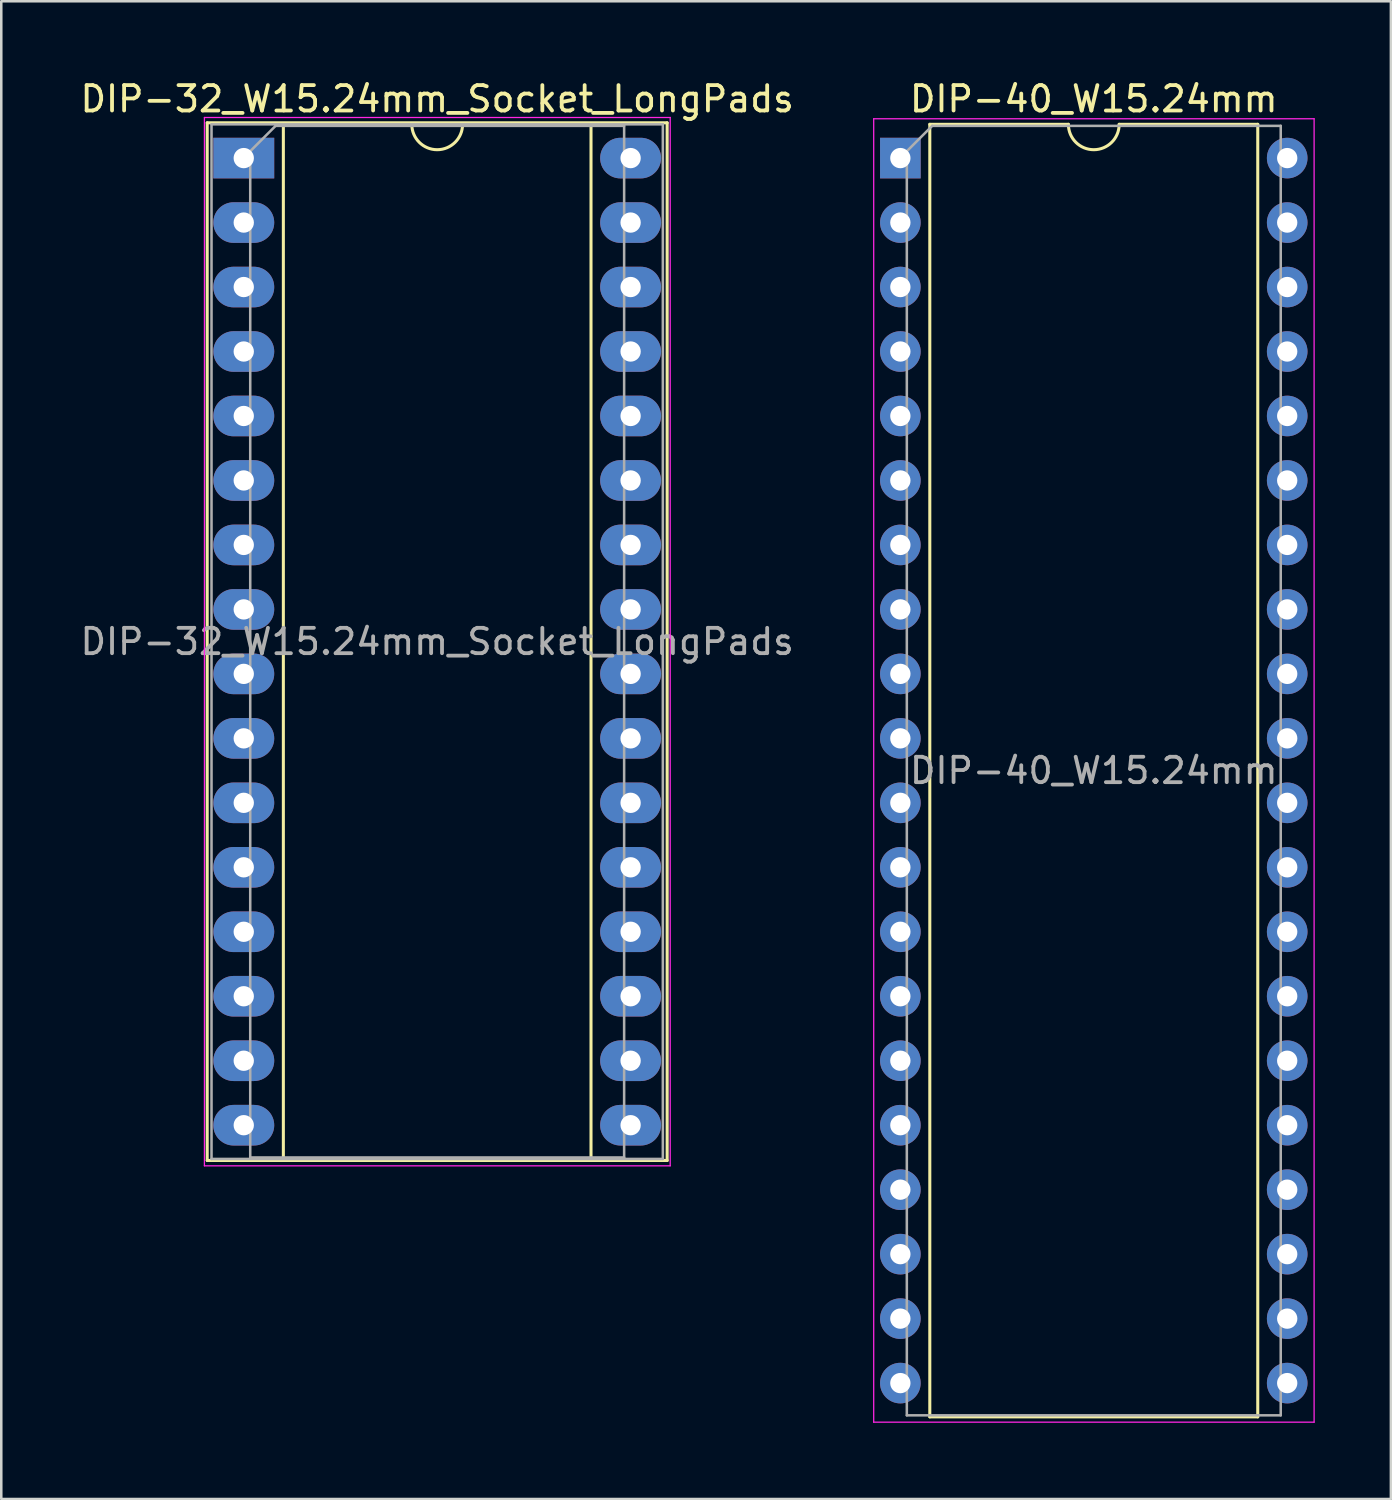
<source format=kicad_pcb>
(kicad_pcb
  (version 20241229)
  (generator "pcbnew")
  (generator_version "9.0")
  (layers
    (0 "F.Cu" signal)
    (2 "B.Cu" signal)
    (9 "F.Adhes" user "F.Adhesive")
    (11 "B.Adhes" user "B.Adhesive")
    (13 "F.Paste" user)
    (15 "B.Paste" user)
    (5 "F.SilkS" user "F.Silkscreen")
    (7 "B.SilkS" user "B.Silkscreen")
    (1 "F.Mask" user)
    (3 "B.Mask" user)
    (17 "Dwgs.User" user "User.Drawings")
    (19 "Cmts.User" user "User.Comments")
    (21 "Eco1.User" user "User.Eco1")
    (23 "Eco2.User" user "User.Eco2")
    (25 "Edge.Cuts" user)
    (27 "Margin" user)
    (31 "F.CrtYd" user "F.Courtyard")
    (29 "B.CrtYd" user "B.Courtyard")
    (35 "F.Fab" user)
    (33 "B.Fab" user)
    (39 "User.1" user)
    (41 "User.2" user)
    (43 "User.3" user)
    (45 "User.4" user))
  (footprint "DIP-40_W15.24mm"
    (layer "F.Cu")
    (at 32.42 3.178)
    (property "Reference" "DIP-40_W15.24mm" (at 7.62 -2.33 0) (layer "F.SilkS") (effects (font (size 1 1) (thickness 0.15))))
    (attr through_hole)
    (fp_line (start 1.16 -1.33) (end 1.16 49.59) (stroke (width 0.12) (type solid)) (layer "F.SilkS"))
    (fp_line (start 1.16 49.59) (end 14.08 49.59) (stroke (width 0.12) (type solid)) (layer "F.SilkS"))
    (fp_line (start 6.62 -1.33) (end 1.16 -1.33) (stroke (width 0.12) (type solid)) (layer "F.SilkS"))
    (fp_line (start 14.08 -1.33) (end 8.62 -1.33) (stroke (width 0.12) (type solid)) (layer "F.SilkS"))
    (fp_line (start 14.08 49.59) (end 14.08 -1.33) (stroke (width 0.12) (type solid)) (layer "F.SilkS"))
    (fp_arc (start 8.62 -1.33) (mid 7.62 -0.33) (end 6.62 -1.33) (stroke (width 0.12) (type solid)) (layer "F.SilkS"))
    (fp_line (start -1.05 -1.55) (end -1.05 49.8) (stroke (width 0.05) (type solid)) (layer "F.CrtYd"))
    (fp_line (start -1.05 49.8) (end 16.3 49.8) (stroke (width 0.05) (type solid)) (layer "F.CrtYd"))
    (fp_line (start 16.3 -1.55) (end -1.05 -1.55) (stroke (width 0.05) (type solid)) (layer "F.CrtYd"))
    (fp_line (start 16.3 49.8) (end 16.3 -1.55) (stroke (width 0.05) (type solid)) (layer "F.CrtYd"))
    (fp_line (start 0.255 -0.27) (end 1.255 -1.27) (stroke (width 0.1) (type solid)) (layer "F.Fab"))
    (fp_line (start 0.255 49.53) (end 0.255 -0.27) (stroke (width 0.1) (type solid)) (layer "F.Fab"))
    (fp_line (start 1.255 -1.27) (end 14.985 -1.27) (stroke (width 0.1) (type solid)) (layer "F.Fab"))
    (fp_line (start 14.985 -1.27) (end 14.985 49.53) (stroke (width 0.1) (type solid)) (layer "F.Fab"))
    (fp_line (start 14.985 49.53) (end 0.255 49.53) (stroke (width 0.1) (type solid)) (layer "F.Fab"))
    (fp_text user "${REFERENCE}" (at 7.62 24.13 0) (layer "F.Fab") (effects (font (size 1 1) (thickness 0.15))))
    (pad "1" thru_hole rect (at 0 0) (size 1.6 1.6) (drill 0.8) (layers "*.Cu" "*.Mask"))
    (pad "2" thru_hole oval (at 0 2.54) (size 1.6 1.6) (drill 0.8) (layers "*.Cu" "*.Mask"))
    (pad "3" thru_hole oval (at 0 5.08) (size 1.6 1.6) (drill 0.8) (layers "*.Cu" "*.Mask"))
    (pad "4" thru_hole oval (at 0 7.62) (size 1.6 1.6) (drill 0.8) (layers "*.Cu" "*.Mask"))
    (pad "5" thru_hole oval (at 0 10.16) (size 1.6 1.6) (drill 0.8) (layers "*.Cu" "*.Mask"))
    (pad "6" thru_hole oval (at 0 12.7) (size 1.6 1.6) (drill 0.8) (layers "*.Cu" "*.Mask"))
    (pad "7" thru_hole oval (at 0 15.24) (size 1.6 1.6) (drill 0.8) (layers "*.Cu" "*.Mask"))
    (pad "8" thru_hole oval (at 0 17.78) (size 1.6 1.6) (drill 0.8) (layers "*.Cu" "*.Mask"))
    (pad "9" thru_hole oval (at 0 20.32) (size 1.6 1.6) (drill 0.8) (layers "*.Cu" "*.Mask"))
    (pad "10" thru_hole oval (at 0 22.86) (size 1.6 1.6) (drill 0.8) (layers "*.Cu" "*.Mask"))
    (pad "11" thru_hole oval (at 0 25.4) (size 1.6 1.6) (drill 0.8) (layers "*.Cu" "*.Mask"))
    (pad "12" thru_hole oval (at 0 27.94) (size 1.6 1.6) (drill 0.8) (layers "*.Cu" "*.Mask"))
    (pad "13" thru_hole oval (at 0 30.48) (size 1.6 1.6) (drill 0.8) (layers "*.Cu" "*.Mask"))
    (pad "14" thru_hole oval (at 0 33.02) (size 1.6 1.6) (drill 0.8) (layers "*.Cu" "*.Mask"))
    (pad "15" thru_hole oval (at 0 35.56) (size 1.6 1.6) (drill 0.8) (layers "*.Cu" "*.Mask"))
    (pad "16" thru_hole oval (at 0 38.1) (size 1.6 1.6) (drill 0.8) (layers "*.Cu" "*.Mask"))
    (pad "17" thru_hole oval (at 0 40.64) (size 1.6 1.6) (drill 0.8) (layers "*.Cu" "*.Mask"))
    (pad "18" thru_hole oval (at 0 43.18) (size 1.6 1.6) (drill 0.8) (layers "*.Cu" "*.Mask"))
    (pad "19" thru_hole oval (at 0 45.72) (size 1.6 1.6) (drill 0.8) (layers "*.Cu" "*.Mask"))
    (pad "20" thru_hole oval (at 0 48.26) (size 1.6 1.6) (drill 0.8) (layers "*.Cu" "*.Mask"))
    (pad "21" thru_hole oval (at 15.24 48.26) (size 1.6 1.6) (drill 0.8) (layers "*.Cu" "*.Mask"))
    (pad "22" thru_hole oval (at 15.24 45.72) (size 1.6 1.6) (drill 0.8) (layers "*.Cu" "*.Mask"))
    (pad "23" thru_hole oval (at 15.24 43.18) (size 1.6 1.6) (drill 0.8) (layers "*.Cu" "*.Mask"))
    (pad "24" thru_hole oval (at 15.24 40.64) (size 1.6 1.6) (drill 0.8) (layers "*.Cu" "*.Mask"))
    (pad "25" thru_hole oval (at 15.24 38.1) (size 1.6 1.6) (drill 0.8) (layers "*.Cu" "*.Mask"))
    (pad "26" thru_hole oval (at 15.24 35.56) (size 1.6 1.6) (drill 0.8) (layers "*.Cu" "*.Mask"))
    (pad "27" thru_hole oval (at 15.24 33.02) (size 1.6 1.6) (drill 0.8) (layers "*.Cu" "*.Mask"))
    (pad "28" thru_hole oval (at 15.24 30.48) (size 1.6 1.6) (drill 0.8) (layers "*.Cu" "*.Mask"))
    (pad "29" thru_hole oval (at 15.24 27.94) (size 1.6 1.6) (drill 0.8) (layers "*.Cu" "*.Mask"))
    (pad "30" thru_hole oval (at 15.24 25.4) (size 1.6 1.6) (drill 0.8) (layers "*.Cu" "*.Mask"))
    (pad "31" thru_hole oval (at 15.24 22.86) (size 1.6 1.6) (drill 0.8) (layers "*.Cu" "*.Mask"))
    (pad "32" thru_hole oval (at 15.24 20.32) (size 1.6 1.6) (drill 0.8) (layers "*.Cu" "*.Mask"))
    (pad "33" thru_hole oval (at 15.24 17.78) (size 1.6 1.6) (drill 0.8) (layers "*.Cu" "*.Mask"))
    (pad "34" thru_hole oval (at 15.24 15.24) (size 1.6 1.6) (drill 0.8) (layers "*.Cu" "*.Mask"))
    (pad "35" thru_hole oval (at 15.24 12.7) (size 1.6 1.6) (drill 0.8) (layers "*.Cu" "*.Mask"))
    (pad "36" thru_hole oval (at 15.24 10.16) (size 1.6 1.6) (drill 0.8) (layers "*.Cu" "*.Mask"))
    (pad "37" thru_hole oval (at 15.24 7.62) (size 1.6 1.6) (drill 0.8) (layers "*.Cu" "*.Mask"))
    (pad "38" thru_hole oval (at 15.24 5.08) (size 1.6 1.6) (drill 0.8) (layers "*.Cu" "*.Mask"))
    (pad "39" thru_hole oval (at 15.24 2.54) (size 1.6 1.6) (drill 0.8) (layers "*.Cu" "*.Mask"))
    (pad "40" thru_hole oval (at 15.24 0) (size 1.6 1.6) (drill 0.8) (layers "*.Cu" "*.Mask")))
  (footprint "DIP-32_W15.24mm_Socket_LongPads"
    (layer "F.Cu")
    (at 6.553 3.178)
    (property "Reference" "DIP-32_W15.24mm_Socket_LongPads" (at 7.62 -2.33 0) (layer "F.SilkS") (effects (font (size 1 1) (thickness 0.15))))
    (attr through_hole)
    (fp_line (start -1.44 -1.39) (end -1.44 39.49) (stroke (width 0.12) (type solid)) (layer "F.SilkS"))
    (fp_line (start -1.44 39.49) (end 16.68 39.49) (stroke (width 0.12) (type solid)) (layer "F.SilkS"))
    (fp_line (start 1.56 -1.33) (end 1.56 39.43) (stroke (width 0.12) (type solid)) (layer "F.SilkS"))
    (fp_line (start 1.56 39.43) (end 13.68 39.43) (stroke (width 0.12) (type solid)) (layer "F.SilkS"))
    (fp_line (start 6.62 -1.33) (end 1.56 -1.33) (stroke (width 0.12) (type solid)) (layer "F.SilkS"))
    (fp_line (start 13.68 -1.33) (end 8.62 -1.33) (stroke (width 0.12) (type solid)) (layer "F.SilkS"))
    (fp_line (start 13.68 39.43) (end 13.68 -1.33) (stroke (width 0.12) (type solid)) (layer "F.SilkS"))
    (fp_line (start 16.68 -1.39) (end -1.44 -1.39) (stroke (width 0.12) (type solid)) (layer "F.SilkS"))
    (fp_line (start 16.68 39.49) (end 16.68 -1.39) (stroke (width 0.12) (type solid)) (layer "F.SilkS"))
    (fp_arc (start 8.62 -1.33) (mid 7.62 -0.33) (end 6.62 -1.33) (stroke (width 0.12) (type solid)) (layer "F.SilkS"))
    (fp_line (start -1.55 -1.6) (end -1.55 39.7) (stroke (width 0.05) (type solid)) (layer "F.CrtYd"))
    (fp_line (start -1.55 39.7) (end 16.8 39.7) (stroke (width 0.05) (type solid)) (layer "F.CrtYd"))
    (fp_line (start 16.8 -1.6) (end -1.55 -1.6) (stroke (width 0.05) (type solid)) (layer "F.CrtYd"))
    (fp_line (start 16.8 39.7) (end 16.8 -1.6) (stroke (width 0.05) (type solid)) (layer "F.CrtYd"))
    (fp_line (start -1.27 -1.33) (end -1.27 39.43) (stroke (width 0.1) (type solid)) (layer "F.Fab"))
    (fp_line (start -1.27 39.43) (end 16.51 39.43) (stroke (width 0.1) (type solid)) (layer "F.Fab"))
    (fp_line (start 0.255 -0.27) (end 1.255 -1.27) (stroke (width 0.1) (type solid)) (layer "F.Fab"))
    (fp_line (start 0.255 39.37) (end 0.255 -0.27) (stroke (width 0.1) (type solid)) (layer "F.Fab"))
    (fp_line (start 1.255 -1.27) (end 14.985 -1.27) (stroke (width 0.1) (type solid)) (layer "F.Fab"))
    (fp_line (start 14.985 -1.27) (end 14.985 39.37) (stroke (width 0.1) (type solid)) (layer "F.Fab"))
    (fp_line (start 14.985 39.37) (end 0.255 39.37) (stroke (width 0.1) (type solid)) (layer "F.Fab"))
    (fp_line (start 16.51 -1.33) (end -1.27 -1.33) (stroke (width 0.1) (type solid)) (layer "F.Fab"))
    (fp_line (start 16.51 39.43) (end 16.51 -1.33) (stroke (width 0.1) (type solid)) (layer "F.Fab"))
    (fp_text user "${REFERENCE}" (at 7.62 19.05 0) (layer "F.Fab") (effects (font (size 1 1) (thickness 0.15))))
    (pad "1" thru_hole rect (at 0 0) (size 2.4 1.6) (drill 0.8) (layers "*.Cu" "*.Mask"))
    (pad "2" thru_hole oval (at 0 2.54) (size 2.4 1.6) (drill 0.8) (layers "*.Cu" "*.Mask"))
    (pad "3" thru_hole oval (at 0 5.08) (size 2.4 1.6) (drill 0.8) (layers "*.Cu" "*.Mask"))
    (pad "4" thru_hole oval (at 0 7.62) (size 2.4 1.6) (drill 0.8) (layers "*.Cu" "*.Mask"))
    (pad "5" thru_hole oval (at 0 10.16) (size 2.4 1.6) (drill 0.8) (layers "*.Cu" "*.Mask"))
    (pad "6" thru_hole oval (at 0 12.7) (size 2.4 1.6) (drill 0.8) (layers "*.Cu" "*.Mask"))
    (pad "7" thru_hole oval (at 0 15.24) (size 2.4 1.6) (drill 0.8) (layers "*.Cu" "*.Mask"))
    (pad "8" thru_hole oval (at 0 17.78) (size 2.4 1.6) (drill 0.8) (layers "*.Cu" "*.Mask"))
    (pad "9" thru_hole oval (at 0 20.32) (size 2.4 1.6) (drill 0.8) (layers "*.Cu" "*.Mask"))
    (pad "10" thru_hole oval (at 0 22.86) (size 2.4 1.6) (drill 0.8) (layers "*.Cu" "*.Mask"))
    (pad "11" thru_hole oval (at 0 25.4) (size 2.4 1.6) (drill 0.8) (layers "*.Cu" "*.Mask"))
    (pad "12" thru_hole oval (at 0 27.94) (size 2.4 1.6) (drill 0.8) (layers "*.Cu" "*.Mask"))
    (pad "13" thru_hole oval (at 0 30.48) (size 2.4 1.6) (drill 0.8) (layers "*.Cu" "*.Mask"))
    (pad "14" thru_hole oval (at 0 33.02) (size 2.4 1.6) (drill 0.8) (layers "*.Cu" "*.Mask"))
    (pad "15" thru_hole oval (at 0 35.56) (size 2.4 1.6) (drill 0.8) (layers "*.Cu" "*.Mask"))
    (pad "16" thru_hole oval (at 0 38.1) (size 2.4 1.6) (drill 0.8) (layers "*.Cu" "*.Mask"))
    (pad "17" thru_hole oval (at 15.24 38.1) (size 2.4 1.6) (drill 0.8) (layers "*.Cu" "*.Mask"))
    (pad "18" thru_hole oval (at 15.24 35.56) (size 2.4 1.6) (drill 0.8) (layers "*.Cu" "*.Mask"))
    (pad "19" thru_hole oval (at 15.24 33.02) (size 2.4 1.6) (drill 0.8) (layers "*.Cu" "*.Mask"))
    (pad "20" thru_hole oval (at 15.24 30.48) (size 2.4 1.6) (drill 0.8) (layers "*.Cu" "*.Mask"))
    (pad "21" thru_hole oval (at 15.24 27.94) (size 2.4 1.6) (drill 0.8) (layers "*.Cu" "*.Mask"))
    (pad "22" thru_hole oval (at 15.24 25.4) (size 2.4 1.6) (drill 0.8) (layers "*.Cu" "*.Mask"))
    (pad "23" thru_hole oval (at 15.24 22.86) (size 2.4 1.6) (drill 0.8) (layers "*.Cu" "*.Mask"))
    (pad "24" thru_hole oval (at 15.24 20.32) (size 2.4 1.6) (drill 0.8) (layers "*.Cu" "*.Mask"))
    (pad "25" thru_hole oval (at 15.24 17.78) (size 2.4 1.6) (drill 0.8) (layers "*.Cu" "*.Mask"))
    (pad "26" thru_hole oval (at 15.24 15.24) (size 2.4 1.6) (drill 0.8) (layers "*.Cu" "*.Mask"))
    (pad "27" thru_hole oval (at 15.24 12.7) (size 2.4 1.6) (drill 0.8) (layers "*.Cu" "*.Mask"))
    (pad "28" thru_hole oval (at 15.24 10.16) (size 2.4 1.6) (drill 0.8) (layers "*.Cu" "*.Mask"))
    (pad "29" thru_hole oval (at 15.24 7.62) (size 2.4 1.6) (drill 0.8) (layers "*.Cu" "*.Mask"))
    (pad "30" thru_hole oval (at 15.24 5.08) (size 2.4 1.6) (drill 0.8) (layers "*.Cu" "*.Mask"))
    (pad "31" thru_hole oval (at 15.24 2.54) (size 2.4 1.6) (drill 0.8) (layers "*.Cu" "*.Mask"))
    (pad "32" thru_hole oval (at 15.24 0) (size 2.4 1.6) (drill 0.8) (layers "*.Cu" "*.Mask")))
  (gr_rect
    (start -3 -3)
    (end 51.745 56.003)
    (stroke (width 0.1) (type default))
    (fill no)
    (layer "Edge.Cuts")))
</source>
